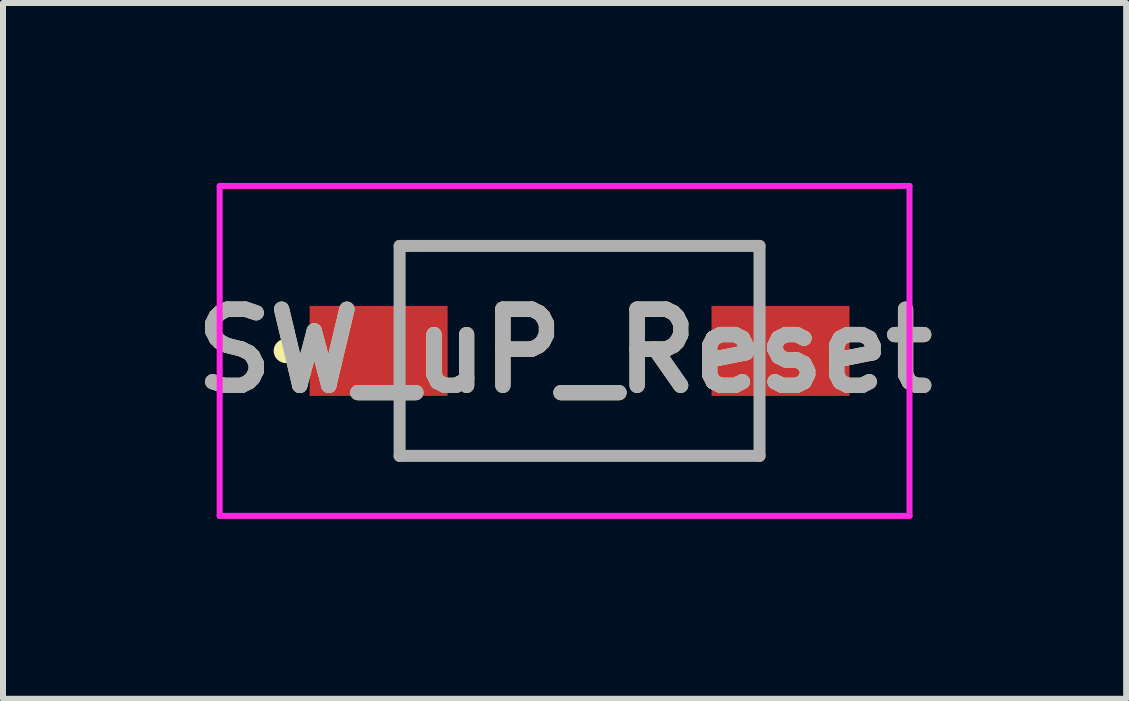
<source format=kicad_pcb>
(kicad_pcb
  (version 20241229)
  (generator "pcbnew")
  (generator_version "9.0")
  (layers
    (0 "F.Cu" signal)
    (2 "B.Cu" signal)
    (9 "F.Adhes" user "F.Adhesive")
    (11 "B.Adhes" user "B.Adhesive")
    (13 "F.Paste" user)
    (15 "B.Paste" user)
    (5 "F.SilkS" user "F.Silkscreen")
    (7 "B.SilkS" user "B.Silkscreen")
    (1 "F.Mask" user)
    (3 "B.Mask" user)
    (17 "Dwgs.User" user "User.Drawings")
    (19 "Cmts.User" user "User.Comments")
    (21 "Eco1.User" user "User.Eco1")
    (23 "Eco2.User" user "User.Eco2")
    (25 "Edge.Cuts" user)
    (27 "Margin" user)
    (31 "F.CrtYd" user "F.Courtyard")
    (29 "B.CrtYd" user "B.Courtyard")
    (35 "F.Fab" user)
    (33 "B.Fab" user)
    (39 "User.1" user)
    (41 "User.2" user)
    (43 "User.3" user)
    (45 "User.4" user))
  (footprint "SW_uP_Reset"
    (layer "F.Cu")
    (at 6.612 2.8)
    (property "Reference" "SW_uP_Reset" (at -0.25 0 0) (layer "F.SilkS") (effects (font (size 1.27 1.27) (thickness 0.254))))
    (attr smd)
    (fp_line (start -4.9 -0.1) (end -4.9 -0.1) (stroke (width 0.2) (type solid)) (layer "F.SilkS"))
    (fp_line (start -4.9 0.1) (end -4.9 0.1) (stroke (width 0.2) (type solid)) (layer "F.SilkS"))
    (fp_line (start -3 -1.75) (end 3 -1.75) (stroke (width 0.1) (type solid)) (layer "F.SilkS"))
    (fp_line (start -3 -1) (end -3 -1.75) (stroke (width 0.1) (type solid)) (layer "F.SilkS"))
    (fp_line (start -3 1) (end -3 1.75) (stroke (width 0.1) (type solid)) (layer "F.SilkS"))
    (fp_line (start -3 1.75) (end 3 1.75) (stroke (width 0.1) (type solid)) (layer "F.SilkS"))
    (fp_line (start 3 -1.75) (end 3 -1) (stroke (width 0.1) (type solid)) (layer "F.SilkS"))
    (fp_line (start 3 1.75) (end 3 1) (stroke (width 0.1) (type solid)) (layer "F.SilkS"))
    (fp_arc (start -4.9 -0.1) (mid -4.8 0) (end -4.9 0.1) (stroke (width 0.2) (type solid)) (layer "F.SilkS"))
    (fp_arc (start -4.9 0.1) (mid -5 0) (end -4.9 -0.1) (stroke (width 0.2) (type solid)) (layer "F.SilkS"))
    (fp_line (start -6 -2.75) (end 5.5 -2.75) (stroke (width 0.1) (type solid)) (layer "F.CrtYd"))
    (fp_line (start -6 2.75) (end -6 -2.75) (stroke (width 0.1) (type solid)) (layer "F.CrtYd"))
    (fp_line (start 5.5 -2.75) (end 5.5 2.75) (stroke (width 0.1) (type solid)) (layer "F.CrtYd"))
    (fp_line (start 5.5 2.75) (end -6 2.75) (stroke (width 0.1) (type solid)) (layer "F.CrtYd"))
    (fp_line (start -3 -1.75) (end 3 -1.75) (stroke (width 0.2) (type solid)) (layer "F.Fab"))
    (fp_line (start -3 1.75) (end -3 -1.75) (stroke (width 0.2) (type solid)) (layer "F.Fab"))
    (fp_line (start 3 -1.75) (end 3 1.75) (stroke (width 0.2) (type solid)) (layer "F.Fab"))
    (fp_line (start 3 1.75) (end -3 1.75) (stroke (width 0.2) (type solid)) (layer "F.Fab"))
    (fp_text user "${REFERENCE}" (at -0.25 0 0) (layer "F.Fab") (effects (font (size 1.27 1.27) (thickness 0.254))))
    (pad "1" smd rect (at -3.35 0 90) (size 1.5 2.3) (layers "F.Cu" "F.Mask" "F.Paste"))
    (pad "2" smd rect (at 3.35 0 90) (size 1.5 2.3) (layers "F.Cu" "F.Mask" "F.Paste")))
  (gr_rect
    (start -3 -3)
    (end 15.724 8.6)
    (stroke (width 0.1) (type default))
    (fill no)
    (layer "Edge.Cuts")))
</source>
